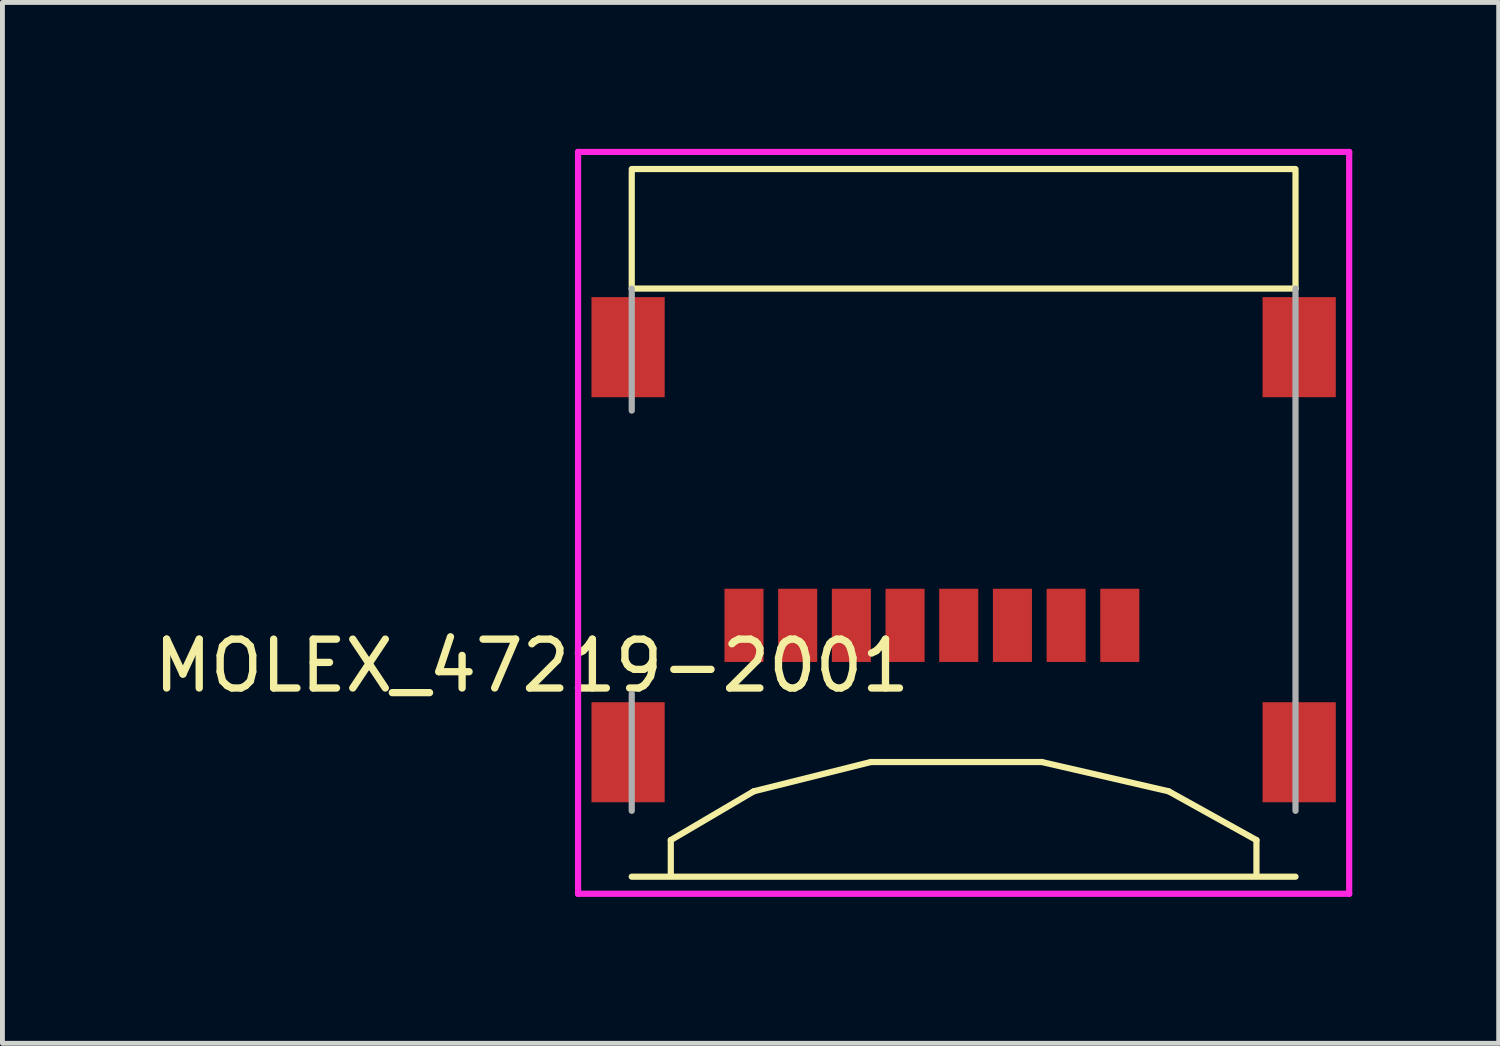
<source format=kicad_pcb>
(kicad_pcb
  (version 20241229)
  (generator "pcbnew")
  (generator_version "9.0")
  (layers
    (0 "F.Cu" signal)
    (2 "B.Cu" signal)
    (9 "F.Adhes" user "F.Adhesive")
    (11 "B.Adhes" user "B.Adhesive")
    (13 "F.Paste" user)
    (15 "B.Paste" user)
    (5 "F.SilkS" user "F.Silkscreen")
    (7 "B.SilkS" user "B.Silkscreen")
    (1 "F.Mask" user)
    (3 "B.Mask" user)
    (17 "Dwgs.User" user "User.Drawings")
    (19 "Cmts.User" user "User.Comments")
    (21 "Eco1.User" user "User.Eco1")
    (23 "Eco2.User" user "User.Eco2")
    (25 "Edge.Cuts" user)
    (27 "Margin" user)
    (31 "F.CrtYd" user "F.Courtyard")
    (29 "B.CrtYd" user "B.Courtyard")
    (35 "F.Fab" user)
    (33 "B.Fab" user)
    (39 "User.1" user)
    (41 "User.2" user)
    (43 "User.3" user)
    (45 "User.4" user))
  (footprint "MOLEX_47219-2001"
    (layer "F.Cu")
    (at 16.694 7.663)
    (property "Reference" "MOLEX_47219-2001" (at -8.846 2.928 180) (layer "F.SilkS") (effects (font (size 1.001 1.001) (thickness 0.15))))
    (attr through_hole)
    (fp_line (start -6.8 -7.25) (end 6.8 -7.25) (stroke (width 0.127) (type solid)) (layer "F.SilkS"))
    (fp_line (start -6.8 -7.2) (end -6.8 -4.8) (stroke (width 0.127) (type solid)) (layer "F.SilkS"))
    (fp_line (start -6.8 -4.8) (end 6.8 -4.8) (stroke (width 0.127) (type solid)) (layer "F.SilkS"))
    (fp_line (start -6.8 7.25) (end 6.8 7.25) (stroke (width 0.127) (type solid)) (layer "F.SilkS"))
    (fp_line (start -6 6.5) (end -4.3 5.5) (stroke (width 0.127) (type solid)) (layer "F.SilkS"))
    (fp_line (start -6 7.2) (end -6 6.5) (stroke (width 0.127) (type solid)) (layer "F.SilkS"))
    (fp_line (start -4.3 5.5) (end -1.9 4.9) (stroke (width 0.127) (type solid)) (layer "F.SilkS"))
    (fp_line (start -1.9 4.9) (end 1.6 4.9) (stroke (width 0.127) (type solid)) (layer "F.SilkS"))
    (fp_line (start 1.6 4.9) (end 4.2 5.5) (stroke (width 0.127) (type solid)) (layer "F.SilkS"))
    (fp_line (start 4.2 5.5) (end 6 6.5) (stroke (width 0.127) (type solid)) (layer "F.SilkS"))
    (fp_line (start 6 7.2) (end 6 6.5) (stroke (width 0.127) (type solid)) (layer "F.SilkS"))
    (fp_line (start 6.8 -7.2) (end 6.8 -4.8) (stroke (width 0.127) (type solid)) (layer "F.SilkS"))
    (fp_line (start -7.9 -7.6) (end 7.9 -7.6) (stroke (width 0.127) (type solid)) (layer "F.CrtYd"))
    (fp_line (start -7.9 7.6) (end -7.9 -7.6) (stroke (width 0.127) (type solid)) (layer "F.CrtYd"))
    (fp_line (start 7.9 -7.6) (end 7.9 7.6) (stroke (width 0.127) (type solid)) (layer "F.CrtYd"))
    (fp_line (start 7.9 7.6) (end -7.9 7.6) (stroke (width 0.127) (type solid)) (layer "F.CrtYd"))
    (fp_line (start -6.8 -2.3) (end -6.8 -4.8) (stroke (width 0.127) (type solid)) (layer "F.Fab"))
    (fp_line (start -6.8 5.9) (end -6.8 3.5) (stroke (width 0.127) (type solid)) (layer "F.Fab"))
    (fp_line (start 6.8 -4.8) (end 6.8 5.9) (stroke (width 0.127) (type solid)) (layer "F.Fab"))
    (pad "1" smd rect (at 3.2 2.1) (size 0.8 1.5) (layers "F.Cu" "F.Mask" "F.Paste"))
    (pad "2" smd rect (at 2.1 2.1) (size 0.8 1.5) (layers "F.Cu" "F.Mask" "F.Paste"))
    (pad "3" smd rect (at 1 2.1) (size 0.8 1.5) (layers "F.Cu" "F.Mask" "F.Paste"))
    (pad "4" smd rect (at -0.1 2.1) (size 0.8 1.5) (layers "F.Cu" "F.Mask" "F.Paste"))
    (pad "5" smd rect (at -1.2 2.1) (size 0.8 1.5) (layers "F.Cu" "F.Mask" "F.Paste"))
    (pad "6" smd rect (at -2.3 2.1) (size 0.8 1.5) (layers "F.Cu" "F.Mask" "F.Paste"))
    (pad "7" smd rect (at -3.4 2.1) (size 0.8 1.5) (layers "F.Cu" "F.Mask" "F.Paste"))
    (pad "8" smd rect (at -4.5 2.1) (size 0.8 1.5) (layers "F.Cu" "F.Mask" "F.Paste"))
    (pad "G1" smd rect (at 6.875 4.7) (size 1.5 2.05) (layers "F.Cu" "F.Mask" "F.Paste"))
    (pad "G2" smd rect (at 6.875 -3.6) (size 1.5 2.05) (layers "F.Cu" "F.Mask" "F.Paste"))
    (pad "G3" smd rect (at -6.875 -3.6) (size 1.5 2.05) (layers "F.Cu" "F.Mask" "F.Paste"))
    (pad "G4" smd rect (at -6.875 4.7) (size 1.5 2.05) (layers "F.Cu" "F.Mask" "F.Paste")))
  (gr_rect
    (start -3 -3)
    (end 27.657 18.327)
    (stroke (width 0.1) (type default))
    (fill no)
    (layer "Edge.Cuts")))
</source>
